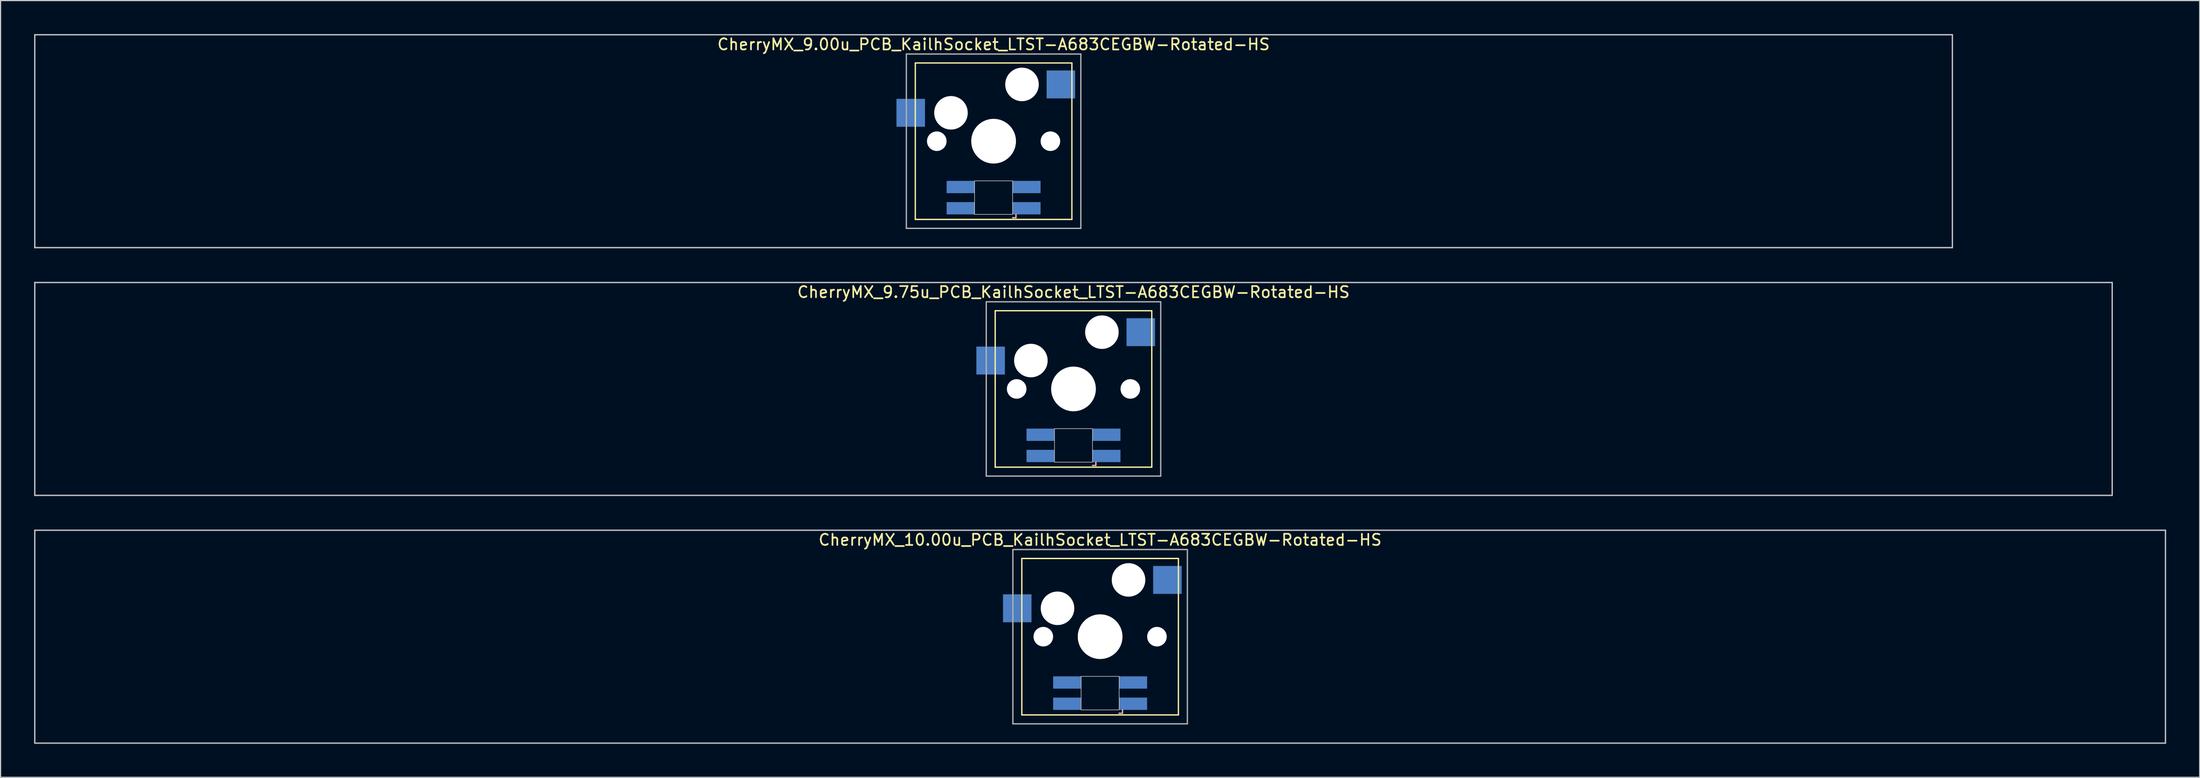
<source format=kicad_pcb>
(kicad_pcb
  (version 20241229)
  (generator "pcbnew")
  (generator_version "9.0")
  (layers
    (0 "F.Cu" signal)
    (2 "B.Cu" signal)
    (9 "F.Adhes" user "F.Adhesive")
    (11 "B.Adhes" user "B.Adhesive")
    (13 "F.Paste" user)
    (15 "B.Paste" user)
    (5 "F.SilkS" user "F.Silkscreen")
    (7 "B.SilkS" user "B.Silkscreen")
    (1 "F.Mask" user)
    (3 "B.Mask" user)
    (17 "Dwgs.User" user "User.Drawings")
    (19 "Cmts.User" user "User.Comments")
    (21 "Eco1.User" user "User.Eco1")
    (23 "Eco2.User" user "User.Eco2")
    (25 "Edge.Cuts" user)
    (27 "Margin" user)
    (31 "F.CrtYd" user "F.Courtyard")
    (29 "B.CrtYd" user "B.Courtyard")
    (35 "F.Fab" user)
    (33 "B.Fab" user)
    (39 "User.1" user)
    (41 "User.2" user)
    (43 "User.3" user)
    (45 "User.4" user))
  (footprint "CherryMX_10.00u_PCB_KailhSocket_LTST-A683CEGBW-Rotated-HS"
    (layer "F.Cu")
    (at 95.31 53.925)
    (property "Reference" "CherryMX_10.00u_PCB_KailhSocket_LTST-A683CEGBW-Rotated-HS" (at 0 -8.662 0) (layer "F.SilkS") (effects (font (size 1 1) (thickness 0.15))))
    (attr through_hole)
    (fp_line (start -7 -7) (end -7 7) (stroke (width 0.12) (type solid)) (layer "F.SilkS"))
    (fp_line (start -7 -7) (end 7 -7) (stroke (width 0.12) (type solid)) (layer "F.SilkS"))
    (fp_line (start 7 -7) (end 7 7) (stroke (width 0.12) (type solid)) (layer "F.SilkS"))
    (fp_line (start 7 7) (end -7 7) (stroke (width 0.12) (type solid)) (layer "F.SilkS"))
    (fp_line (start 1.7 6.85) (end 2 6.85) (stroke (width 0.12) (type solid)) (layer "B.SilkS"))
    (fp_line (start 2 6.85) (end 2 6.55) (stroke (width 0.12) (type solid)) (layer "B.SilkS"))
    (fp_line (start -95.25 -9.525) (end 95.25 -9.525) (stroke (width 0.12) (type solid)) (layer "Dwgs.User"))
    (fp_line (start -95.25 9.525) (end -95.25 -9.525) (stroke (width 0.12) (type solid)) (layer "Dwgs.User"))
    (fp_line (start 95.25 -9.525) (end 95.25 9.525) (stroke (width 0.12) (type solid)) (layer "Dwgs.User"))
    (fp_line (start 95.25 9.525) (end -95.25 9.525) (stroke (width 0.12) (type solid)) (layer "Dwgs.User"))
    (fp_line (start -1.7 3.55) (end 1.7 3.55) (stroke (width 0.05) (type solid)) (layer "Edge.Cuts"))
    (fp_line (start -1.7 6.55) (end -1.7 3.55) (stroke (width 0.05) (type solid)) (layer "Edge.Cuts"))
    (fp_line (start 1.7 3.55) (end 1.7 6.55) (stroke (width 0.05) (type solid)) (layer "Edge.Cuts"))
    (fp_line (start 1.7 6.55) (end -1.7 6.55) (stroke (width 0.05) (type solid)) (layer "Edge.Cuts"))
    (fp_line (start -7.8 -7.8) (end -7.8 7.8) (stroke (width 0.12) (type solid)) (layer "F.Fab"))
    (fp_line (start -7.8 -7.8) (end 7.8 -7.8) (stroke (width 0.12) (type solid)) (layer "F.Fab"))
    (fp_line (start -7.8 7.8) (end 7.8 7.8) (stroke (width 0.12) (type solid)) (layer "F.Fab"))
    (fp_line (start 7.8 -7.8) (end 7.8 7.8) (stroke (width 0.12) (type solid)) (layer "F.Fab"))
    (pad "" np_thru_hole circle (at -5.08 0) (size 1.75 1.75) (drill 1.75) (layers "*.Cu" "*.Mask"))
    (pad "" np_thru_hole circle (at -3.81 -2.54) (size 3 3) (drill 3) (layers "*.Cu" "*.Mask"))
    (pad "" np_thru_hole circle (at 0 0) (size 4 4) (drill 4) (layers "*.Cu" "*.Mask"))
    (pad "" np_thru_hole circle (at 2.54 -5.08) (size 3 3) (drill 3) (layers "*.Cu" "*.Mask"))
    (pad "" np_thru_hole circle (at 5.08 0) (size 1.75 1.75) (drill 1.75) (layers "*.Cu" "*.Mask"))
    (pad "1" smd rect (at -7.41 -2.54) (size 2.55 2.5) (layers "B.Cu" "B.Mask" "B.Paste"))
    (pad "2" smd rect (at 6.015 -5.08) (size 2.55 2.5) (layers "B.Cu" "B.Mask" "B.Paste"))
    (pad "3" smd rect (at 2.95 6) (size 2.5 1.1) (layers "B.Cu" "B.Mask" "B.Paste"))
    (pad "4" smd rect (at 2.95 4.1) (size 2.5 1.1) (layers "B.Cu" "B.Mask" "B.Paste"))
    (pad "5" smd rect (at -2.95 6) (size 2.5 1.1) (layers "B.Cu" "B.Mask" "B.Paste"))
    (pad "6" smd rect (at -2.95 4.1) (size 2.5 1.1) (layers "B.Cu" "B.Mask" "B.Paste")))
  (footprint "CherryMX_9.75u_PCB_KailhSocket_LTST-A683CEGBW-Rotated-HS"
    (layer "F.Cu")
    (at 92.929 31.755)
    (property "Reference" "CherryMX_9.75u_PCB_KailhSocket_LTST-A683CEGBW-Rotated-HS" (at 0 -8.662 0) (layer "F.SilkS") (effects (font (size 1 1) (thickness 0.15))))
    (attr through_hole)
    (fp_line (start -7 -7) (end -7 7) (stroke (width 0.12) (type solid)) (layer "F.SilkS"))
    (fp_line (start -7 -7) (end 7 -7) (stroke (width 0.12) (type solid)) (layer "F.SilkS"))
    (fp_line (start 7 -7) (end 7 7) (stroke (width 0.12) (type solid)) (layer "F.SilkS"))
    (fp_line (start 7 7) (end -7 7) (stroke (width 0.12) (type solid)) (layer "F.SilkS"))
    (fp_line (start 1.7 6.85) (end 2 6.85) (stroke (width 0.12) (type solid)) (layer "B.SilkS"))
    (fp_line (start 2 6.85) (end 2 6.55) (stroke (width 0.12) (type solid)) (layer "B.SilkS"))
    (fp_line (start -92.869 -9.525) (end 92.869 -9.525) (stroke (width 0.12) (type solid)) (layer "Dwgs.User"))
    (fp_line (start -92.869 9.525) (end -92.869 -9.525) (stroke (width 0.12) (type solid)) (layer "Dwgs.User"))
    (fp_line (start 92.869 -9.525) (end 92.869 9.525) (stroke (width 0.12) (type solid)) (layer "Dwgs.User"))
    (fp_line (start 92.869 9.525) (end -92.869 9.525) (stroke (width 0.12) (type solid)) (layer "Dwgs.User"))
    (fp_line (start -1.7 3.55) (end 1.7 3.55) (stroke (width 0.05) (type solid)) (layer "Edge.Cuts"))
    (fp_line (start -1.7 6.55) (end -1.7 3.55) (stroke (width 0.05) (type solid)) (layer "Edge.Cuts"))
    (fp_line (start 1.7 3.55) (end 1.7 6.55) (stroke (width 0.05) (type solid)) (layer "Edge.Cuts"))
    (fp_line (start 1.7 6.55) (end -1.7 6.55) (stroke (width 0.05) (type solid)) (layer "Edge.Cuts"))
    (fp_line (start -7.8 -7.8) (end -7.8 7.8) (stroke (width 0.12) (type solid)) (layer "F.Fab"))
    (fp_line (start -7.8 -7.8) (end 7.8 -7.8) (stroke (width 0.12) (type solid)) (layer "F.Fab"))
    (fp_line (start -7.8 7.8) (end 7.8 7.8) (stroke (width 0.12) (type solid)) (layer "F.Fab"))
    (fp_line (start 7.8 -7.8) (end 7.8 7.8) (stroke (width 0.12) (type solid)) (layer "F.Fab"))
    (pad "" np_thru_hole circle (at -5.08 0) (size 1.75 1.75) (drill 1.75) (layers "*.Cu" "*.Mask"))
    (pad "" np_thru_hole circle (at -3.81 -2.54) (size 3 3) (drill 3) (layers "*.Cu" "*.Mask"))
    (pad "" np_thru_hole circle (at 0 0) (size 4 4) (drill 4) (layers "*.Cu" "*.Mask"))
    (pad "" np_thru_hole circle (at 2.54 -5.08) (size 3 3) (drill 3) (layers "*.Cu" "*.Mask"))
    (pad "" np_thru_hole circle (at 5.08 0) (size 1.75 1.75) (drill 1.75) (layers "*.Cu" "*.Mask"))
    (pad "1" smd rect (at -7.41 -2.54) (size 2.55 2.5) (layers "B.Cu" "B.Mask" "B.Paste"))
    (pad "2" smd rect (at 6.015 -5.08) (size 2.55 2.5) (layers "B.Cu" "B.Mask" "B.Paste"))
    (pad "3" smd rect (at 2.95 6) (size 2.5 1.1) (layers "B.Cu" "B.Mask" "B.Paste"))
    (pad "4" smd rect (at 2.95 4.1) (size 2.5 1.1) (layers "B.Cu" "B.Mask" "B.Paste"))
    (pad "5" smd rect (at -2.95 6) (size 2.5 1.1) (layers "B.Cu" "B.Mask" "B.Paste"))
    (pad "6" smd rect (at -2.95 4.1) (size 2.5 1.1) (layers "B.Cu" "B.Mask" "B.Paste")))
  (footprint "CherryMX_9.00u_PCB_KailhSocket_LTST-A683CEGBW-Rotated-HS"
    (layer "F.Cu")
    (at 85.785 9.585)
    (property "Reference" "CherryMX_9.00u_PCB_KailhSocket_LTST-A683CEGBW-Rotated-HS" (at 0 -8.662 0) (layer "F.SilkS") (effects (font (size 1 1) (thickness 0.15))))
    (attr through_hole)
    (fp_line (start -7 -7) (end -7 7) (stroke (width 0.12) (type solid)) (layer "F.SilkS"))
    (fp_line (start -7 -7) (end 7 -7) (stroke (width 0.12) (type solid)) (layer "F.SilkS"))
    (fp_line (start 7 -7) (end 7 7) (stroke (width 0.12) (type solid)) (layer "F.SilkS"))
    (fp_line (start 7 7) (end -7 7) (stroke (width 0.12) (type solid)) (layer "F.SilkS"))
    (fp_line (start 1.7 6.85) (end 2 6.85) (stroke (width 0.12) (type solid)) (layer "B.SilkS"))
    (fp_line (start 2 6.85) (end 2 6.55) (stroke (width 0.12) (type solid)) (layer "B.SilkS"))
    (fp_line (start -85.725 -9.525) (end 85.725 -9.525) (stroke (width 0.12) (type solid)) (layer "Dwgs.User"))
    (fp_line (start -85.725 9.525) (end -85.725 -9.525) (stroke (width 0.12) (type solid)) (layer "Dwgs.User"))
    (fp_line (start 85.725 -9.525) (end 85.725 9.525) (stroke (width 0.12) (type solid)) (layer "Dwgs.User"))
    (fp_line (start 85.725 9.525) (end -85.725 9.525) (stroke (width 0.12) (type solid)) (layer "Dwgs.User"))
    (fp_line (start -1.7 3.55) (end 1.7 3.55) (stroke (width 0.05) (type solid)) (layer "Edge.Cuts"))
    (fp_line (start -1.7 6.55) (end -1.7 3.55) (stroke (width 0.05) (type solid)) (layer "Edge.Cuts"))
    (fp_line (start 1.7 3.55) (end 1.7 6.55) (stroke (width 0.05) (type solid)) (layer "Edge.Cuts"))
    (fp_line (start 1.7 6.55) (end -1.7 6.55) (stroke (width 0.05) (type solid)) (layer "Edge.Cuts"))
    (fp_line (start -7.8 -7.8) (end -7.8 7.8) (stroke (width 0.12) (type solid)) (layer "F.Fab"))
    (fp_line (start -7.8 -7.8) (end 7.8 -7.8) (stroke (width 0.12) (type solid)) (layer "F.Fab"))
    (fp_line (start -7.8 7.8) (end 7.8 7.8) (stroke (width 0.12) (type solid)) (layer "F.Fab"))
    (fp_line (start 7.8 -7.8) (end 7.8 7.8) (stroke (width 0.12) (type solid)) (layer "F.Fab"))
    (pad "" np_thru_hole circle (at -5.08 0) (size 1.75 1.75) (drill 1.75) (layers "*.Cu" "*.Mask"))
    (pad "" np_thru_hole circle (at -3.81 -2.54) (size 3 3) (drill 3) (layers "*.Cu" "*.Mask"))
    (pad "" np_thru_hole circle (at 0 0) (size 4 4) (drill 4) (layers "*.Cu" "*.Mask"))
    (pad "" np_thru_hole circle (at 2.54 -5.08) (size 3 3) (drill 3) (layers "*.Cu" "*.Mask"))
    (pad "" np_thru_hole circle (at 5.08 0) (size 1.75 1.75) (drill 1.75) (layers "*.Cu" "*.Mask"))
    (pad "1" smd rect (at -7.41 -2.54) (size 2.55 2.5) (layers "B.Cu" "B.Mask" "B.Paste"))
    (pad "2" smd rect (at 6.015 -5.08) (size 2.55 2.5) (layers "B.Cu" "B.Mask" "B.Paste"))
    (pad "3" smd rect (at 2.95 6) (size 2.5 1.1) (layers "B.Cu" "B.Mask" "B.Paste"))
    (pad "4" smd rect (at 2.95 4.1) (size 2.5 1.1) (layers "B.Cu" "B.Mask" "B.Paste"))
    (pad "5" smd rect (at -2.95 6) (size 2.5 1.1) (layers "B.Cu" "B.Mask" "B.Paste"))
    (pad "6" smd rect (at -2.95 4.1) (size 2.5 1.1) (layers "B.Cu" "B.Mask" "B.Paste")))
  (gr_rect
    (start -3 -3)
    (end 193.62 66.51)
    (stroke (width 0.1) (type default))
    (fill no)
    (layer "Edge.Cuts")))
</source>
